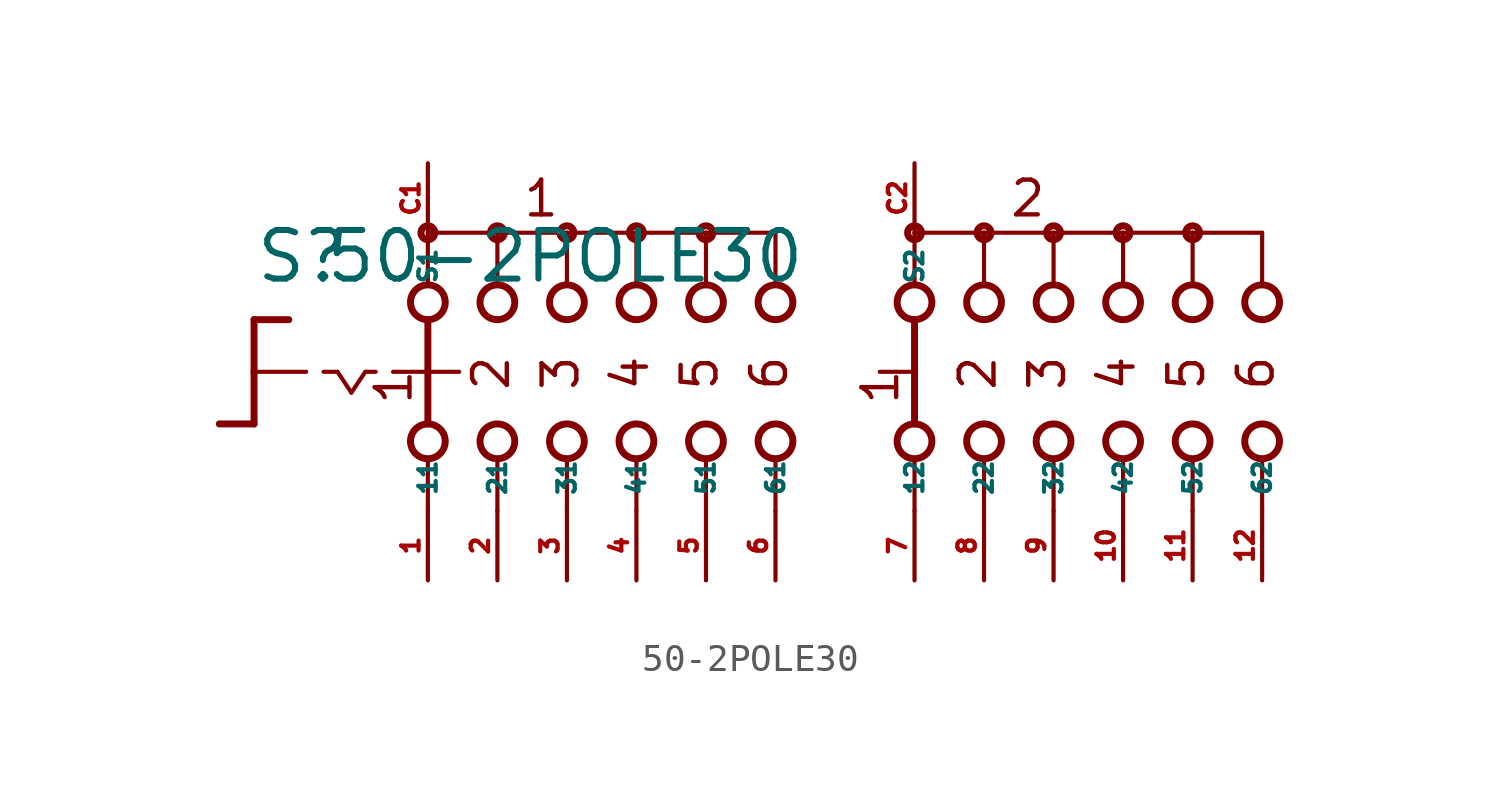
<source format=kicad_sym>
(kicad_symbol_lib
  (version 20220914)
  (generator Eagle2Kicad)
  (symbol "50-2POLE30"
    (property "Reference" "S"
      (at -19.05 3.175 0)
      (effects (font (size 1.778 1.778) (thickness 0.22)) (justify left bottom)))
    (property "Value" "50-2POLE30"
      (at -16.51 3.175 0)
      (effects (font (size 1.778 1.778) (thickness 0.22)) (justify left bottom)))
    (polyline
      (pts (xy -19.05 1.905) (xy -17.78 1.905))
      (stroke (width 0.254) (type default))
      (fill (type none)))
    (polyline
      (pts (xy -19.05 1.905) (xy -19.05 0))
      (stroke (width 0.254) (type default))
      (fill (type none)))
    (polyline
      (pts (xy -19.05 -1.905) (xy -20.32 -1.905))
      (stroke (width 0.254) (type default))
      (fill (type none)))
    (polyline
      (pts (xy -19.05 0) (xy -17.145 0))
      (stroke (width 0.152) (type default))
      (fill (type none)))
    (polyline
      (pts (xy -19.05 0) (xy -19.05 -1.905))
      (stroke (width 0.254) (type default))
      (fill (type none)))
    (polyline
      (pts (xy -16.51 0) (xy -16.002 0))
      (stroke (width 0.152) (type default))
      (fill (type none)))
    (polyline
      (pts (xy -14.986 0) (xy -14.605 0))
      (stroke (width 0.152) (type default))
      (fill (type none)))
    (polyline
      (pts (xy -16.002 0) (xy -15.494 -0.762))
      (stroke (width 0.152) (type default))
      (fill (type none)))
    (polyline
      (pts (xy -15.494 -0.762) (xy -14.986 0))
      (stroke (width 0.152) (type default))
      (fill (type none)))
    (polyline
      (pts (xy -10.16 3.175) (xy -10.16 5.08))
      (stroke (width 0.152) (type default))
      (fill (type none)))
    (polyline
      (pts (xy -7.62 3.175) (xy -7.62 5.08))
      (stroke (width 0.152) (type default))
      (fill (type none)))
    (polyline
      (pts (xy -5.08 3.175) (xy -5.08 5.08))
      (stroke (width 0.152) (type default))
      (fill (type none)))
    (polyline
      (pts (xy -7.62 5.08) (xy -10.16 5.08))
      (stroke (width 0.152) (type default))
      (fill (type none)))
    (polyline
      (pts (xy -7.62 5.08) (xy -5.08 5.08))
      (stroke (width 0.152) (type default))
      (fill (type none)))
    (polyline
      (pts (xy -2.54 3.175) (xy -2.54 5.08))
      (stroke (width 0.152) (type default))
      (fill (type none)))
    (polyline
      (pts (xy 0 3.175) (xy 0 5.08))
      (stroke (width 0.152) (type default))
      (fill (type none)))
    (polyline
      (pts (xy -5.08 5.08) (xy -2.54 5.08))
      (stroke (width 0.152) (type default))
      (fill (type none)))
    (polyline
      (pts (xy -2.54 5.08) (xy 0 5.08))
      (stroke (width 0.152) (type default))
      (fill (type none)))
    (polyline
      (pts (xy -12.7 5.08) (xy -12.7 3.175))
      (stroke (width 0.152) (type default))
      (fill (type none)))
    (polyline
      (pts (xy -10.16 5.08) (xy -12.7 5.08))
      (stroke (width 0.152) (type default))
      (fill (type none)))
    (polyline
      (pts (xy 5.08 3.175) (xy 5.08 5.08))
      (stroke (width 0.152) (type default))
      (fill (type none)))
    (polyline
      (pts (xy 5.08 -5.08) (xy 5.08 -3.175))
      (stroke (width 0.152) (type default))
      (fill (type none)))
    (polyline
      (pts (xy 7.62 3.175) (xy 7.62 5.08))
      (stroke (width 0.152) (type default))
      (fill (type none)))
    (polyline
      (pts (xy 10.16 3.175) (xy 10.16 5.08))
      (stroke (width 0.152) (type default))
      (fill (type none)))
    (polyline
      (pts (xy 12.7 3.175) (xy 12.7 5.08))
      (stroke (width 0.152) (type default))
      (fill (type none)))
    (polyline
      (pts (xy 15.24 3.175) (xy 15.24 5.08))
      (stroke (width 0.152) (type default))
      (fill (type none)))
    (polyline
      (pts (xy 17.78 3.175) (xy 17.78 5.08))
      (stroke (width 0.152) (type default))
      (fill (type none)))
    (polyline
      (pts (xy 5.08 5.08) (xy 7.62 5.08))
      (stroke (width 0.152) (type default))
      (fill (type none)))
    (polyline
      (pts (xy 7.62 5.08) (xy 10.16 5.08))
      (stroke (width 0.152) (type default))
      (fill (type none)))
    (polyline
      (pts (xy 10.16 5.08) (xy 12.7 5.08))
      (stroke (width 0.152) (type default))
      (fill (type none)))
    (polyline
      (pts (xy 12.7 5.08) (xy 15.24 5.08))
      (stroke (width 0.152) (type default))
      (fill (type none)))
    (polyline
      (pts (xy 15.24 5.08) (xy 17.78 5.08))
      (stroke (width 0.152) (type default))
      (fill (type none)))
    (polyline
      (pts (xy 7.62 -5.08) (xy 7.62 -3.175))
      (stroke (width 0.152) (type default))
      (fill (type none)))
    (polyline
      (pts (xy 10.16 -5.08) (xy 10.16 -3.175))
      (stroke (width 0.152) (type default))
      (fill (type none)))
    (polyline
      (pts (xy 12.7 -5.08) (xy 12.7 -3.175))
      (stroke (width 0.152) (type default))
      (fill (type none)))
    (polyline
      (pts (xy 15.24 -5.08) (xy 15.24 -3.175))
      (stroke (width 0.152) (type default))
      (fill (type none)))
    (polyline
      (pts (xy 17.78 -5.08) (xy 17.78 -3.175))
      (stroke (width 0.152) (type default))
      (fill (type none)))
    (polyline
      (pts (xy 5.08 1.905) (xy 5.08 -1.905))
      (stroke (width 0.254) (type default))
      (fill (type none)))
    (polyline
      (pts (xy 3.81 0) (xy 4.953 0))
      (stroke (width 0.152) (type default))
      (fill (type none)))
    (polyline
      (pts (xy -13.97 0) (xy -12.827 0))
      (stroke (width 0.152) (type default))
      (fill (type none)))
    (polyline
      (pts (xy -10.16 -5.08) (xy -10.16 -3.175))
      (stroke (width 0.152) (type default))
      (fill (type none)))
    (polyline
      (pts (xy -7.62 -5.08) (xy -7.62 -3.175))
      (stroke (width 0.152) (type default))
      (fill (type none)))
    (polyline
      (pts (xy -5.08 -5.08) (xy -5.08 -3.175))
      (stroke (width 0.152) (type default))
      (fill (type none)))
    (polyline
      (pts (xy -2.54 -5.08) (xy -2.54 -3.175))
      (stroke (width 0.152) (type default))
      (fill (type none)))
    (polyline
      (pts (xy 0 -5.08) (xy 0 -3.175))
      (stroke (width 0.152) (type default))
      (fill (type none)))
    (polyline
      (pts (xy -12.7 1.905) (xy -12.7 0))
      (stroke (width 0.254) (type default))
      (fill (type none)))
    (polyline
      (pts (xy -12.7 -3.175) (xy -12.7 -5.08))
      (stroke (width 0.152) (type default))
      (fill (type none)))
    (polyline
      (pts (xy -12.7 0) (xy -11.557 0))
      (stroke (width 0.152) (type default))
      (fill (type none)))
    (polyline
      (pts (xy -12.7 0) (xy -12.7 -1.905))
      (stroke (width 0.254) (type default))
      (fill (type none)))
    (text "2"
      (at 8.128 -0.762 900)
      (effects (font (size 1.27 1.27) (thickness 0.16)) (justify left bottom)))
    (text "3"
      (at 10.668 -0.762 900)
      (effects (font (size 1.27 1.27) (thickness 0.16)) (justify left bottom)))
    (text "4"
      (at 13.208 -0.762 900)
      (effects (font (size 1.27 1.27) (thickness 0.16)) (justify left bottom)))
    (text "5"
      (at 15.748 -0.762 900)
      (effects (font (size 1.27 1.27) (thickness 0.16)) (justify left bottom)))
    (text "6"
      (at 18.288 -0.762 900)
      (effects (font (size 1.27 1.27) (thickness 0.16)) (justify left bottom)))
    (text "1"
      (at 4.572 -1.27 900)
      (effects (font (size 1.27 1.27) (thickness 0.16)) (justify left bottom)))
    (text "1"
      (at -13.208 -1.27 900)
      (effects (font (size 1.27 1.27) (thickness 0.16)) (justify left bottom)))
    (text "2"
      (at -9.652 -0.762 900)
      (effects (font (size 1.27 1.27) (thickness 0.16)) (justify left bottom)))
    (text "3"
      (at -7.112 -0.762 900)
      (effects (font (size 1.27 1.27) (thickness 0.16)) (justify left bottom)))
    (text "4"
      (at -4.572 -0.762 900)
      (effects (font (size 1.27 1.27) (thickness 0.16)) (justify left bottom)))
    (text "5"
      (at -2.032 -0.762 900)
      (effects (font (size 1.27 1.27) (thickness 0.16)) (justify left bottom)))
    (text "6"
      (at 0.508 -0.762 900)
      (effects (font (size 1.27 1.27) (thickness 0.16)) (justify left bottom)))
    (text "1 "
      (at -9.271 5.588 0)
      (effects (font (size 1.27 1.27) (thickness 0.16)) (justify left bottom)))
    (text "2 "
      (at 8.509 5.588 0)
      (effects (font (size 1.27 1.27) (thickness 0.16)) (justify left bottom)))
    (circle
      (center -7.62 5.08)
      (radius 0.254)
      (stroke (width 0.254) (type default))
      (fill (type none)))
    (circle
      (center -5.08 5.08)
      (radius 0.254)
      (stroke (width 0.254) (type default))
      (fill (type none)))
    (circle
      (center -12.7 5.08)
      (radius 0.254)
      (stroke (width 0.254) (type default))
      (fill (type none)))
    (circle
      (center -10.16 5.08)
      (radius 0.254)
      (stroke (width 0.254) (type default))
      (fill (type none)))
    (circle
      (center -12.7 2.54)
      (radius 0.635)
      (stroke (width 0.254) (type default))
      (fill (type none)))
    (circle
      (center -10.16 2.54)
      (radius 0.635)
      (stroke (width 0.254) (type default))
      (fill (type none)))
    (circle
      (center -7.62 2.54)
      (radius 0.635)
      (stroke (width 0.254) (type default))
      (fill (type none)))
    (circle
      (center -2.54 5.08)
      (radius 0.254)
      (stroke (width 0.254) (type default))
      (fill (type none)))
    (circle
      (center -5.08 2.54)
      (radius 0.635)
      (stroke (width 0.254) (type default))
      (fill (type none)))
    (circle
      (center -2.54 2.54)
      (radius 0.635)
      (stroke (width 0.254) (type default))
      (fill (type none)))
    (circle
      (center 0 2.54)
      (radius 0.635)
      (stroke (width 0.254) (type default))
      (fill (type none)))
    (circle
      (center 5.08 5.08)
      (radius 0.254)
      (stroke (width 0.254) (type default))
      (fill (type none)))
    (circle
      (center 5.08 2.54)
      (radius 0.635)
      (stroke (width 0.254) (type default))
      (fill (type none)))
    (circle
      (center 5.08 -2.54)
      (radius 0.635)
      (stroke (width 0.254) (type default))
      (fill (type none)))
    (circle
      (center 7.62 2.54)
      (radius 0.635)
      (stroke (width 0.254) (type default))
      (fill (type none)))
    (circle
      (center 10.16 2.54)
      (radius 0.635)
      (stroke (width 0.254) (type default))
      (fill (type none)))
    (circle
      (center 12.7 2.54)
      (radius 0.635)
      (stroke (width 0.254) (type default))
      (fill (type none)))
    (circle
      (center 15.24 2.54)
      (radius 0.635)
      (stroke (width 0.254) (type default))
      (fill (type none)))
    (circle
      (center 17.78 2.54)
      (radius 0.635)
      (stroke (width 0.254) (type default))
      (fill (type none)))
    (circle
      (center 7.62 5.08)
      (radius 0.254)
      (stroke (width 0.254) (type default))
      (fill (type none)))
    (circle
      (center 10.16 5.08)
      (radius 0.254)
      (stroke (width 0.254) (type default))
      (fill (type none)))
    (circle
      (center 12.7 5.08)
      (radius 0.254)
      (stroke (width 0.254) (type default))
      (fill (type none)))
    (circle
      (center 15.24 5.08)
      (radius 0.254)
      (stroke (width 0.254) (type default))
      (fill (type none)))
    (circle
      (center 7.62 -2.54)
      (radius 0.635)
      (stroke (width 0.254) (type default))
      (fill (type none)))
    (circle
      (center 10.16 -2.54)
      (radius 0.635)
      (stroke (width 0.254) (type default))
      (fill (type none)))
    (circle
      (center 12.7 -2.54)
      (radius 0.635)
      (stroke (width 0.254) (type default))
      (fill (type none)))
    (circle
      (center 15.24 -2.54)
      (radius 0.635)
      (stroke (width 0.254) (type default))
      (fill (type none)))
    (circle
      (center 17.78 -2.54)
      (radius 0.635)
      (stroke (width 0.254) (type default))
      (fill (type none)))
    (circle
      (center -12.7 -2.54)
      (radius 0.635)
      (stroke (width 0.254) (type default))
      (fill (type none)))
    (circle
      (center -10.16 -2.54)
      (radius 0.635)
      (stroke (width 0.254) (type default))
      (fill (type none)))
    (circle
      (center -7.62 -2.54)
      (radius 0.635)
      (stroke (width 0.254) (type default))
      (fill (type none)))
    (circle
      (center -5.08 -2.54)
      (radius 0.635)
      (stroke (width 0.254) (type default))
      (fill (type none)))
    (circle
      (center -2.54 -2.54)
      (radius 0.635)
      (stroke (width 0.254) (type default))
      (fill (type none)))
    (circle
      (center 0 -2.54)
      (radius 0.635)
      (stroke (width 0.254) (type default))
      (fill (type none)))
    (pin passive line
      (at -12.7 -7.62 90)
      (length 2.54)
      (name "11" (effects (font (size 0.635 0.635) (thickness 0.08)) (justify left bottom)))
      (number "1" (effects (font (size 0.635 0.635) (thickness 0.08)) (justify left bottom))))
    (pin passive line
      (at -12.7 7.62 270)
      (length 2.54)
      (name "S1" (effects (font (size 0.635 0.635) (thickness 0.08)) (justify left bottom)))
      (number "C1" (effects (font (size 0.635 0.635) (thickness 0.08)) (justify left bottom))))
    (pin passive line
      (at -10.16 -7.62 90)
      (length 2.54)
      (name "21" (effects (font (size 0.635 0.635) (thickness 0.08)) (justify left bottom)))
      (number "2" (effects (font (size 0.635 0.635) (thickness 0.08)) (justify left bottom))))
    (pin passive line
      (at -7.62 -7.62 90)
      (length 2.54)
      (name "31" (effects (font (size 0.635 0.635) (thickness 0.08)) (justify left bottom)))
      (number "3" (effects (font (size 0.635 0.635) (thickness 0.08)) (justify left bottom))))
    (pin passive line
      (at -5.08 -7.62 90)
      (length 2.54)
      (name "41" (effects (font (size 0.635 0.635) (thickness 0.08)) (justify left bottom)))
      (number "4" (effects (font (size 0.635 0.635) (thickness 0.08)) (justify left bottom))))
    (pin passive line
      (at -2.54 -7.62 90)
      (length 2.54)
      (name "51" (effects (font (size 0.635 0.635) (thickness 0.08)) (justify left bottom)))
      (number "5" (effects (font (size 0.635 0.635) (thickness 0.08)) (justify left bottom))))
    (pin passive line
      (at 0 -7.62 90)
      (length 2.54)
      (name "61" (effects (font (size 0.635 0.635) (thickness 0.08)) (justify left bottom)))
      (number "6" (effects (font (size 0.635 0.635) (thickness 0.08)) (justify left bottom))))
    (pin passive line
      (at 5.08 -7.62 90)
      (length 2.54)
      (name "12" (effects (font (size 0.635 0.635) (thickness 0.08)) (justify left bottom)))
      (number "7" (effects (font (size 0.635 0.635) (thickness 0.08)) (justify left bottom))))
    (pin passive line
      (at 7.62 -7.62 90)
      (length 2.54)
      (name "22" (effects (font (size 0.635 0.635) (thickness 0.08)) (justify left bottom)))
      (number "8" (effects (font (size 0.635 0.635) (thickness 0.08)) (justify left bottom))))
    (pin passive line
      (at 10.16 -7.62 90)
      (length 2.54)
      (name "32" (effects (font (size 0.635 0.635) (thickness 0.08)) (justify left bottom)))
      (number "9" (effects (font (size 0.635 0.635) (thickness 0.08)) (justify left bottom))))
    (pin passive line
      (at 12.7 -7.62 90)
      (length 2.54)
      (name "42" (effects (font (size 0.635 0.635) (thickness 0.08)) (justify left bottom)))
      (number "10" (effects (font (size 0.635 0.635) (thickness 0.08)) (justify left bottom))))
    (pin passive line
      (at 15.24 -7.62 90)
      (length 2.54)
      (name "52" (effects (font (size 0.635 0.635) (thickness 0.08)) (justify left bottom)))
      (number "11" (effects (font (size 0.635 0.635) (thickness 0.08)) (justify left bottom))))
    (pin passive line
      (at 17.78 -7.62 90)
      (length 2.54)
      (name "62" (effects (font (size 0.635 0.635) (thickness 0.08)) (justify left bottom)))
      (number "12" (effects (font (size 0.635 0.635) (thickness 0.08)) (justify left bottom))))
    (pin passive line
      (at 5.08 7.62 270)
      (length 2.54)
      (name "S2" (effects (font (size 0.635 0.635) (thickness 0.08)) (justify left bottom)))
      (number "C2" (effects (font (size 0.635 0.635) (thickness 0.08)) (justify left bottom))))))
</source>
